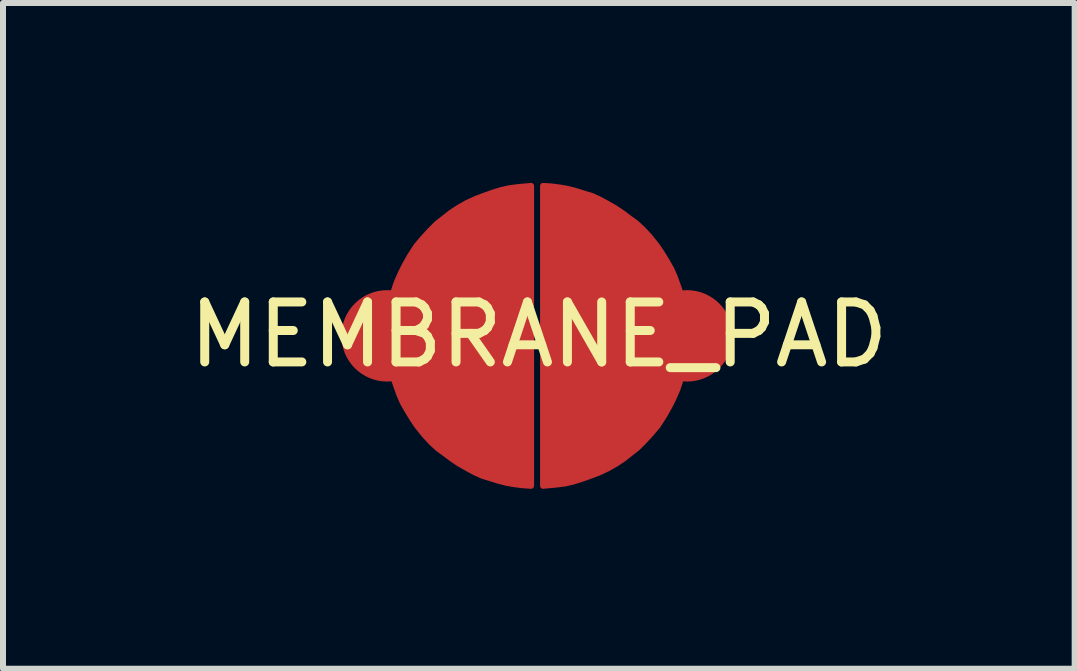
<source format=kicad_pcb>
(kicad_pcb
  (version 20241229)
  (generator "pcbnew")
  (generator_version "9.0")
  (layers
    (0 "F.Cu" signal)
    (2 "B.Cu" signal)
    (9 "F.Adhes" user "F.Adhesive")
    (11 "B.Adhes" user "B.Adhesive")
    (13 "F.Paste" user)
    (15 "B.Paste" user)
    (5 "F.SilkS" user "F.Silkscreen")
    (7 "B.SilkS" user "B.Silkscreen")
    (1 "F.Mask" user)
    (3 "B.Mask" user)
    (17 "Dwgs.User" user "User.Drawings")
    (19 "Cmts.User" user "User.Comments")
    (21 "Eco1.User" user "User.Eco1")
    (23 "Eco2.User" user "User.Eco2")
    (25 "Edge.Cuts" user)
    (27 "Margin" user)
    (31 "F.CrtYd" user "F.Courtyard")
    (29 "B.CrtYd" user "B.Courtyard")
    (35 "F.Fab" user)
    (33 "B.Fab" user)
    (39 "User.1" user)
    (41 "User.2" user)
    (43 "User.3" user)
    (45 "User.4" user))
  (footprint "MEMBRANE_PAD"
    (layer "F.Cu")
    (at 5.905 2.53)
    (property "Reference" "MEMBRANE_PAD" (at 0.03 0 0) (layer "F.SilkS") (effects (font (size 1 1) (thickness 0.15))))
    (attr through_hole)
    (fp_poly (pts (xy -0.1 2.52) (xy -0.25 2.51) (xy -0.4 2.49) (xy -0.51 2.47) (xy -0.63 2.44) (xy -0.79 2.39) (xy -0.92 2.35) (xy -1.05 2.29) (xy -1.16 2.23) (xy -1.3 2.15) (xy -1.42 2.07) (xy -1.54 1.98) (xy -1.65 1.9) (xy -1.76 1.8) (xy -1.88 1.67) (xy -2 1.52) (xy -2.08 1.4) (xy -2.16 1.27) (xy -2.24 1.13) (xy -2.3 0.99) (xy -2.35 0.85) (xy -2.4 0.7) (xy -2.44 0.53) (xy -2.47 0.36) (xy -2.49 0.26) (xy -2.5 0.16) (xy -2.5 0.02) (xy -2.5 -0.11) (xy -2.48 -0.34) (xy -2.45 -0.47) (xy -2.42 -0.61) (xy -2.38 -0.75) (xy -2.34 -0.87) (xy -2.27 -1.03) (xy -2.21 -1.15) (xy -2.12 -1.31) (xy -2.01 -1.48) (xy -1.9 -1.61) (xy -1.79 -1.73) (xy -1.67 -1.85) (xy -1.58 -1.92) (xy -1.44 -2.03) (xy -1.32 -2.11) (xy -1.18 -2.19) (xy -1.03 -2.26) (xy -0.9 -2.31) (xy -0.73 -2.37) (xy -0.6 -2.41) (xy -0.47 -2.44) (xy -0.32 -2.46) (xy -0.21 -2.47) (xy -0.1 -2.48)) (stroke (width 0.1) (type solid)) (fill yes) (layer "F.Cu"))
    (fp_poly (pts (xy 0.1 -2.48) (xy 0.25 -2.47) (xy 0.4 -2.45) (xy 0.51 -2.43) (xy 0.63 -2.4) (xy 0.79 -2.35) (xy 0.92 -2.31) (xy 1.05 -2.25) (xy 1.16 -2.19) (xy 1.3 -2.11) (xy 1.42 -2.03) (xy 1.54 -1.94) (xy 1.65 -1.86) (xy 1.76 -1.76) (xy 1.88 -1.63) (xy 2 -1.48) (xy 2.08 -1.36) (xy 2.16 -1.23) (xy 2.24 -1.09) (xy 2.3 -0.95) (xy 2.35 -0.81) (xy 2.4 -0.66) (xy 2.44 -0.49) (xy 2.47 -0.32) (xy 2.49 -0.22) (xy 2.5 -0.12) (xy 2.5 0.02) (xy 2.5 0.15) (xy 2.48 0.38) (xy 2.45 0.51) (xy 2.42 0.65) (xy 2.38 0.79) (xy 2.34 0.91) (xy 2.27 1.07) (xy 2.21 1.19) (xy 2.12 1.35) (xy 2.01 1.52) (xy 1.9 1.65) (xy 1.79 1.77) (xy 1.67 1.89) (xy 1.58 1.96) (xy 1.44 2.07) (xy 1.32 2.15) (xy 1.18 2.23) (xy 1.03 2.3) (xy 0.9 2.35) (xy 0.73 2.41) (xy 0.6 2.45) (xy 0.47 2.48) (xy 0.32 2.5) (xy 0.21 2.51) (xy 0.1 2.52)) (stroke (width 0.1) (type solid)) (fill yes) (layer "F.Cu"))
    (fp_poly (pts (xy -0.1 2.52) (xy -0.25 2.51) (xy -0.4 2.49) (xy -0.51 2.47) (xy -0.63 2.44) (xy -0.79 2.39) (xy -0.92 2.35) (xy -1.05 2.29) (xy -1.16 2.23) (xy -1.3 2.15) (xy -1.42 2.07) (xy -1.54 1.98) (xy -1.65 1.9) (xy -1.76 1.8) (xy -1.88 1.67) (xy -2 1.52) (xy -2.08 1.4) (xy -2.16 1.27) (xy -2.24 1.13) (xy -2.3 0.99) (xy -2.35 0.85) (xy -2.4 0.7) (xy -2.44 0.53) (xy -2.47 0.36) (xy -2.49 0.26) (xy -2.5 0.16) (xy -2.5 0.02) (xy -2.5 -0.11) (xy -2.48 -0.34) (xy -2.45 -0.47) (xy -2.42 -0.61) (xy -2.38 -0.75) (xy -2.34 -0.87) (xy -2.27 -1.03) (xy -2.21 -1.15) (xy -2.12 -1.31) (xy -2.01 -1.48) (xy -1.9 -1.61) (xy -1.79 -1.73) (xy -1.67 -1.85) (xy -1.58 -1.92) (xy -1.44 -2.03) (xy -1.32 -2.11) (xy -1.18 -2.19) (xy -1.03 -2.26) (xy -0.9 -2.31) (xy -0.73 -2.37) (xy -0.6 -2.41) (xy -0.47 -2.44) (xy -0.32 -2.46) (xy -0.21 -2.47) (xy -0.1 -2.48)) (stroke (width 0.1) (type solid)) (fill yes) (layer "F.Mask"))
    (fp_poly (pts (xy 0.1 -2.48) (xy 0.25 -2.47) (xy 0.4 -2.45) (xy 0.51 -2.43) (xy 0.63 -2.4) (xy 0.79 -2.35) (xy 0.92 -2.31) (xy 1.05 -2.25) (xy 1.16 -2.19) (xy 1.3 -2.11) (xy 1.42 -2.03) (xy 1.54 -1.94) (xy 1.65 -1.86) (xy 1.76 -1.76) (xy 1.88 -1.63) (xy 2 -1.48) (xy 2.08 -1.36) (xy 2.16 -1.23) (xy 2.24 -1.09) (xy 2.3 -0.95) (xy 2.35 -0.81) (xy 2.4 -0.66) (xy 2.44 -0.49) (xy 2.47 -0.32) (xy 2.49 -0.22) (xy 2.5 -0.12) (xy 2.5 0.02) (xy 2.5 0.15) (xy 2.48 0.38) (xy 2.45 0.51) (xy 2.42 0.65) (xy 2.38 0.79) (xy 2.34 0.91) (xy 2.27 1.07) (xy 2.21 1.19) (xy 2.12 1.35) (xy 2.01 1.52) (xy 1.9 1.65) (xy 1.79 1.77) (xy 1.67 1.89) (xy 1.58 1.96) (xy 1.44 2.07) (xy 1.32 2.15) (xy 1.18 2.23) (xy 1.03 2.3) (xy 0.9 2.35) (xy 0.73 2.41) (xy 0.6 2.45) (xy 0.47 2.48) (xy 0.32 2.5) (xy 0.21 2.51) (xy 0.1 2.52)) (stroke (width 0.1) (type solid)) (fill yes) (layer "F.Mask"))
    (pad "1" smd circle (at 2.5 0.02) (size 1.524 1.524) (layers "F.Cu" "F.Mask"))
    (pad "2" smd circle (at -2.5 0.02) (size 1.524 1.524) (layers "F.Cu" "F.Mask")))
  (gr_rect
    (start -3 -3)
    (end 14.869 8.1)
    (stroke (width 0.1) (type default))
    (fill no)
    (layer "Edge.Cuts")))
</source>
